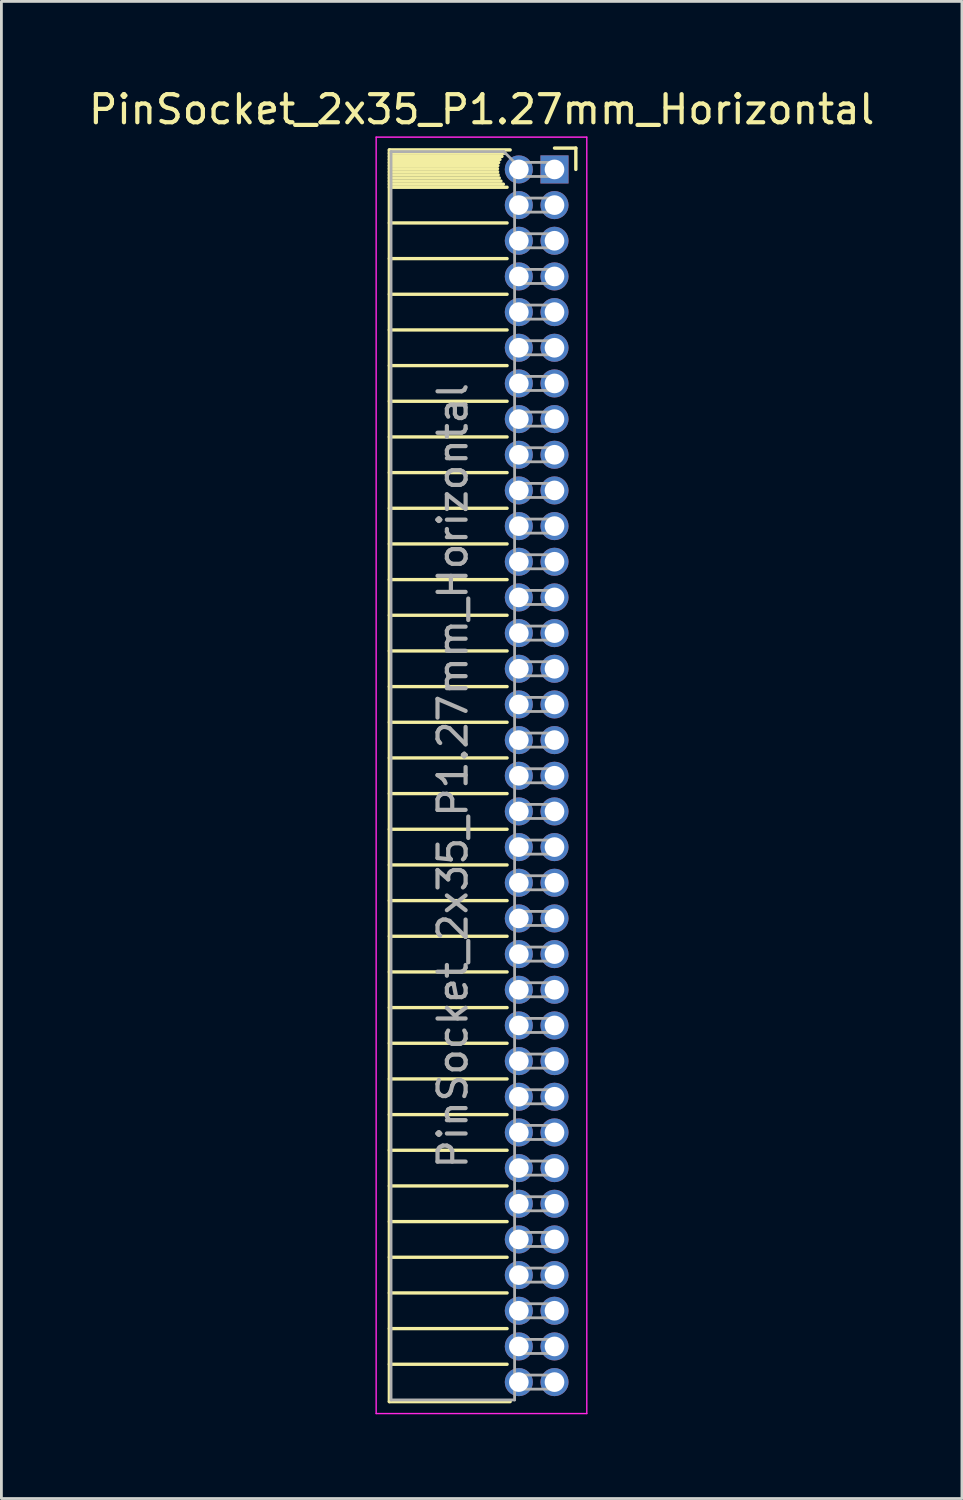
<source format=kicad_pcb>
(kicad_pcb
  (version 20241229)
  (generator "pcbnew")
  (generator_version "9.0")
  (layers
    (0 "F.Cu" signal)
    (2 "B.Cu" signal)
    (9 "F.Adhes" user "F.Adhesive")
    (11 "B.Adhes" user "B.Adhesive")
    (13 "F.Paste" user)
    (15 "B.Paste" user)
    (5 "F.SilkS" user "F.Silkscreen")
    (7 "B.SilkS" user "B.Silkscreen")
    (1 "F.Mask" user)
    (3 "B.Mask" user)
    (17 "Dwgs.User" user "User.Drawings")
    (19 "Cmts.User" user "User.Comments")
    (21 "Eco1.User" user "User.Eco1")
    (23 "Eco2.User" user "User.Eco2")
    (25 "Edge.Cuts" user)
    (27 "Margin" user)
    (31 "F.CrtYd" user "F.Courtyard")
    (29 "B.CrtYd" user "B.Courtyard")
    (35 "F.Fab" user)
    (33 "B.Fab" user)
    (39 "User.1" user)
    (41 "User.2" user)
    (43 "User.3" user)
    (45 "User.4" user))
  (footprint "PinSocket_2x35_P1.27mm_Horizontal"
    (layer "F.Cu")
    (at 16.694 2.983)
    (property "Reference" "PinSocket_2x35_P1.27mm_Horizontal" (at -2.592 -2.135 0) (layer "F.SilkS") (effects (font (size 1 1) (thickness 0.15))))
    (attr through_hole)
    (fp_line (start -5.88 -0.695) (end -5.88 43.875) (stroke (width 0.12) (type solid)) (layer "F.SilkS"))
    (fp_line (start -5.88 -0.695) (end -1.578 -0.695) (stroke (width 0.12) (type solid)) (layer "F.SilkS"))
    (fp_line (start -5.88 -0.575) (end -1.767 -0.575) (stroke (width 0.12) (type solid)) (layer "F.SilkS"))
    (fp_line (start -5.88 -0.465) (end -1.871 -0.465) (stroke (width 0.12) (type solid)) (layer "F.SilkS"))
    (fp_line (start -5.88 -0.355) (end -1.942 -0.355) (stroke (width 0.12) (type solid)) (layer "F.SilkS"))
    (fp_line (start -5.88 -0.245) (end -1.989 -0.245) (stroke (width 0.12) (type solid)) (layer "F.SilkS"))
    (fp_line (start -5.88 -0.135) (end -2.018 -0.135) (stroke (width 0.12) (type solid)) (layer "F.SilkS"))
    (fp_line (start -5.88 -0.025) (end -2.03 -0.025) (stroke (width 0.12) (type solid)) (layer "F.SilkS"))
    (fp_line (start -5.88 0.085) (end -2.025 0.085) (stroke (width 0.12) (type solid)) (layer "F.SilkS"))
    (fp_line (start -5.88 0.195) (end -2.005 0.195) (stroke (width 0.12) (type solid)) (layer "F.SilkS"))
    (fp_line (start -5.88 0.305) (end -1.966 0.305) (stroke (width 0.12) (type solid)) (layer "F.SilkS"))
    (fp_line (start -5.88 0.415) (end -1.907 0.415) (stroke (width 0.12) (type solid)) (layer "F.SilkS"))
    (fp_line (start -5.88 0.525) (end -1.82 0.525) (stroke (width 0.12) (type solid)) (layer "F.SilkS"))
    (fp_line (start -5.88 0.635) (end -1.688 0.635) (stroke (width 0.12) (type solid)) (layer "F.SilkS"))
    (fp_line (start -5.88 1.905) (end -1.688 1.905) (stroke (width 0.12) (type solid)) (layer "F.SilkS"))
    (fp_line (start -5.88 3.175) (end -1.688 3.175) (stroke (width 0.12) (type solid)) (layer "F.SilkS"))
    (fp_line (start -5.88 4.445) (end -1.688 4.445) (stroke (width 0.12) (type solid)) (layer "F.SilkS"))
    (fp_line (start -5.88 5.715) (end -1.688 5.715) (stroke (width 0.12) (type solid)) (layer "F.SilkS"))
    (fp_line (start -5.88 6.985) (end -1.688 6.985) (stroke (width 0.12) (type solid)) (layer "F.SilkS"))
    (fp_line (start -5.88 8.255) (end -1.688 8.255) (stroke (width 0.12) (type solid)) (layer "F.SilkS"))
    (fp_line (start -5.88 9.525) (end -1.688 9.525) (stroke (width 0.12) (type solid)) (layer "F.SilkS"))
    (fp_line (start -5.88 10.795) (end -1.688 10.795) (stroke (width 0.12) (type solid)) (layer "F.SilkS"))
    (fp_line (start -5.88 12.065) (end -1.688 12.065) (stroke (width 0.12) (type solid)) (layer "F.SilkS"))
    (fp_line (start -5.88 13.335) (end -1.688 13.335) (stroke (width 0.12) (type solid)) (layer "F.SilkS"))
    (fp_line (start -5.88 14.605) (end -1.688 14.605) (stroke (width 0.12) (type solid)) (layer "F.SilkS"))
    (fp_line (start -5.88 15.875) (end -1.688 15.875) (stroke (width 0.12) (type solid)) (layer "F.SilkS"))
    (fp_line (start -5.88 17.145) (end -1.688 17.145) (stroke (width 0.12) (type solid)) (layer "F.SilkS"))
    (fp_line (start -5.88 18.415) (end -1.688 18.415) (stroke (width 0.12) (type solid)) (layer "F.SilkS"))
    (fp_line (start -5.88 19.685) (end -1.688 19.685) (stroke (width 0.12) (type solid)) (layer "F.SilkS"))
    (fp_line (start -5.88 20.955) (end -1.688 20.955) (stroke (width 0.12) (type solid)) (layer "F.SilkS"))
    (fp_line (start -5.88 22.225) (end -1.688 22.225) (stroke (width 0.12) (type solid)) (layer "F.SilkS"))
    (fp_line (start -5.88 23.495) (end -1.688 23.495) (stroke (width 0.12) (type solid)) (layer "F.SilkS"))
    (fp_line (start -5.88 24.765) (end -1.688 24.765) (stroke (width 0.12) (type solid)) (layer "F.SilkS"))
    (fp_line (start -5.88 26.035) (end -1.688 26.035) (stroke (width 0.12) (type solid)) (layer "F.SilkS"))
    (fp_line (start -5.88 27.305) (end -1.688 27.305) (stroke (width 0.12) (type solid)) (layer "F.SilkS"))
    (fp_line (start -5.88 28.575) (end -1.688 28.575) (stroke (width 0.12) (type solid)) (layer "F.SilkS"))
    (fp_line (start -5.88 29.845) (end -1.688 29.845) (stroke (width 0.12) (type solid)) (layer "F.SilkS"))
    (fp_line (start -5.88 31.115) (end -1.688 31.115) (stroke (width 0.12) (type solid)) (layer "F.SilkS"))
    (fp_line (start -5.88 32.385) (end -1.688 32.385) (stroke (width 0.12) (type solid)) (layer "F.SilkS"))
    (fp_line (start -5.88 33.655) (end -1.688 33.655) (stroke (width 0.12) (type solid)) (layer "F.SilkS"))
    (fp_line (start -5.88 34.925) (end -1.688 34.925) (stroke (width 0.12) (type solid)) (layer "F.SilkS"))
    (fp_line (start -5.88 36.195) (end -1.688 36.195) (stroke (width 0.12) (type solid)) (layer "F.SilkS"))
    (fp_line (start -5.88 37.465) (end -1.688 37.465) (stroke (width 0.12) (type solid)) (layer "F.SilkS"))
    (fp_line (start -5.88 38.735) (end -1.688 38.735) (stroke (width 0.12) (type solid)) (layer "F.SilkS"))
    (fp_line (start -5.88 40.005) (end -1.688 40.005) (stroke (width 0.12) (type solid)) (layer "F.SilkS"))
    (fp_line (start -5.88 41.275) (end -1.688 41.275) (stroke (width 0.12) (type solid)) (layer "F.SilkS"))
    (fp_line (start -5.88 42.545) (end -1.688 42.545) (stroke (width 0.12) (type solid)) (layer "F.SilkS"))
    (fp_line (start -5.88 43.875) (end -1.578 43.875) (stroke (width 0.12) (type solid)) (layer "F.SilkS"))
    (fp_line (start 0 -0.76) (end 0.76 -0.76) (stroke (width 0.12) (type solid)) (layer "F.SilkS"))
    (fp_line (start 0.76 -0.76) (end 0.76 0) (stroke (width 0.12) (type solid)) (layer "F.SilkS"))
    (fp_line (start -6.35 -1.15) (end -6.35 44.3) (stroke (width 0.05) (type solid)) (layer "F.CrtYd"))
    (fp_line (start -6.35 44.3) (end 1.15 44.3) (stroke (width 0.05) (type solid)) (layer "F.CrtYd"))
    (fp_line (start 1.15 -1.15) (end -6.35 -1.15) (stroke (width 0.05) (type solid)) (layer "F.CrtYd"))
    (fp_line (start 1.15 44.3) (end 1.15 -1.15) (stroke (width 0.05) (type solid)) (layer "F.CrtYd"))
    (fp_line (start -5.82 -0.635) (end -1.805 -0.635) (stroke (width 0.1) (type solid)) (layer "F.Fab"))
    (fp_line (start -5.82 43.815) (end -5.82 -0.635) (stroke (width 0.1) (type solid)) (layer "F.Fab"))
    (fp_line (start -1.805 -0.635) (end -1.42 -0.25) (stroke (width 0.1) (type solid)) (layer "F.Fab"))
    (fp_line (start -1.42 -0.25) (end -1.42 43.815) (stroke (width 0.1) (type solid)) (layer "F.Fab"))
    (fp_line (start -1.42 0.25) (end 0 0.25) (stroke (width 0.1) (type solid)) (layer "F.Fab"))
    (fp_line (start -1.42 1.52) (end 0 1.52) (stroke (width 0.1) (type solid)) (layer "F.Fab"))
    (fp_line (start -1.42 2.79) (end 0 2.79) (stroke (width 0.1) (type solid)) (layer "F.Fab"))
    (fp_line (start -1.42 4.06) (end 0 4.06) (stroke (width 0.1) (type solid)) (layer "F.Fab"))
    (fp_line (start -1.42 5.33) (end 0 5.33) (stroke (width 0.1) (type solid)) (layer "F.Fab"))
    (fp_line (start -1.42 6.6) (end 0 6.6) (stroke (width 0.1) (type solid)) (layer "F.Fab"))
    (fp_line (start -1.42 7.87) (end 0 7.87) (stroke (width 0.1) (type solid)) (layer "F.Fab"))
    (fp_line (start -1.42 9.14) (end 0 9.14) (stroke (width 0.1) (type solid)) (layer "F.Fab"))
    (fp_line (start -1.42 10.41) (end 0 10.41) (stroke (width 0.1) (type solid)) (layer "F.Fab"))
    (fp_line (start -1.42 11.68) (end 0 11.68) (stroke (width 0.1) (type solid)) (layer "F.Fab"))
    (fp_line (start -1.42 12.95) (end 0 12.95) (stroke (width 0.1) (type solid)) (layer "F.Fab"))
    (fp_line (start -1.42 14.22) (end 0 14.22) (stroke (width 0.1) (type solid)) (layer "F.Fab"))
    (fp_line (start -1.42 15.49) (end 0 15.49) (stroke (width 0.1) (type solid)) (layer "F.Fab"))
    (fp_line (start -1.42 16.76) (end 0 16.76) (stroke (width 0.1) (type solid)) (layer "F.Fab"))
    (fp_line (start -1.42 18.03) (end 0 18.03) (stroke (width 0.1) (type solid)) (layer "F.Fab"))
    (fp_line (start -1.42 19.3) (end 0 19.3) (stroke (width 0.1) (type solid)) (layer "F.Fab"))
    (fp_line (start -1.42 20.57) (end 0 20.57) (stroke (width 0.1) (type solid)) (layer "F.Fab"))
    (fp_line (start -1.42 21.84) (end 0 21.84) (stroke (width 0.1) (type solid)) (layer "F.Fab"))
    (fp_line (start -1.42 23.11) (end 0 23.11) (stroke (width 0.1) (type solid)) (layer "F.Fab"))
    (fp_line (start -1.42 24.38) (end 0 24.38) (stroke (width 0.1) (type solid)) (layer "F.Fab"))
    (fp_line (start -1.42 25.65) (end 0 25.65) (stroke (width 0.1) (type solid)) (layer "F.Fab"))
    (fp_line (start -1.42 26.92) (end 0 26.92) (stroke (width 0.1) (type solid)) (layer "F.Fab"))
    (fp_line (start -1.42 28.19) (end 0 28.19) (stroke (width 0.1) (type solid)) (layer "F.Fab"))
    (fp_line (start -1.42 29.46) (end 0 29.46) (stroke (width 0.1) (type solid)) (layer "F.Fab"))
    (fp_line (start -1.42 30.73) (end 0 30.73) (stroke (width 0.1) (type solid)) (layer "F.Fab"))
    (fp_line (start -1.42 32) (end 0 32) (stroke (width 0.1) (type solid)) (layer "F.Fab"))
    (fp_line (start -1.42 33.27) (end 0 33.27) (stroke (width 0.1) (type solid)) (layer "F.Fab"))
    (fp_line (start -1.42 34.54) (end 0 34.54) (stroke (width 0.1) (type solid)) (layer "F.Fab"))
    (fp_line (start -1.42 35.81) (end 0 35.81) (stroke (width 0.1) (type solid)) (layer "F.Fab"))
    (fp_line (start -1.42 37.08) (end 0 37.08) (stroke (width 0.1) (type solid)) (layer "F.Fab"))
    (fp_line (start -1.42 38.35) (end 0 38.35) (stroke (width 0.1) (type solid)) (layer "F.Fab"))
    (fp_line (start -1.42 39.62) (end 0 39.62) (stroke (width 0.1) (type solid)) (layer "F.Fab"))
    (fp_line (start -1.42 40.89) (end 0 40.89) (stroke (width 0.1) (type solid)) (layer "F.Fab"))
    (fp_line (start -1.42 42.16) (end 0 42.16) (stroke (width 0.1) (type solid)) (layer "F.Fab"))
    (fp_line (start -1.42 43.43) (end 0 43.43) (stroke (width 0.1) (type solid)) (layer "F.Fab"))
    (fp_line (start -1.42 43.815) (end -5.82 43.815) (stroke (width 0.1) (type solid)) (layer "F.Fab"))
    (fp_line (start 0 -0.25) (end -1.42 -0.25) (stroke (width 0.1) (type solid)) (layer "F.Fab"))
    (fp_line (start 0 0.25) (end 0 -0.25) (stroke (width 0.1) (type solid)) (layer "F.Fab"))
    (fp_line (start 0 1.02) (end -1.42 1.02) (stroke (width 0.1) (type solid)) (layer "F.Fab"))
    (fp_line (start 0 1.52) (end 0 1.02) (stroke (width 0.1) (type solid)) (layer "F.Fab"))
    (fp_line (start 0 2.29) (end -1.42 2.29) (stroke (width 0.1) (type solid)) (layer "F.Fab"))
    (fp_line (start 0 2.79) (end 0 2.29) (stroke (width 0.1) (type solid)) (layer "F.Fab"))
    (fp_line (start 0 3.56) (end -1.42 3.56) (stroke (width 0.1) (type solid)) (layer "F.Fab"))
    (fp_line (start 0 4.06) (end 0 3.56) (stroke (width 0.1) (type solid)) (layer "F.Fab"))
    (fp_line (start 0 4.83) (end -1.42 4.83) (stroke (width 0.1) (type solid)) (layer "F.Fab"))
    (fp_line (start 0 5.33) (end 0 4.83) (stroke (width 0.1) (type solid)) (layer "F.Fab"))
    (fp_line (start 0 6.1) (end -1.42 6.1) (stroke (width 0.1) (type solid)) (layer "F.Fab"))
    (fp_line (start 0 6.6) (end 0 6.1) (stroke (width 0.1) (type solid)) (layer "F.Fab"))
    (fp_line (start 0 7.37) (end -1.42 7.37) (stroke (width 0.1) (type solid)) (layer "F.Fab"))
    (fp_line (start 0 7.87) (end 0 7.37) (stroke (width 0.1) (type solid)) (layer "F.Fab"))
    (fp_line (start 0 8.64) (end -1.42 8.64) (stroke (width 0.1) (type solid)) (layer "F.Fab"))
    (fp_line (start 0 9.14) (end 0 8.64) (stroke (width 0.1) (type solid)) (layer "F.Fab"))
    (fp_line (start 0 9.91) (end -1.42 9.91) (stroke (width 0.1) (type solid)) (layer "F.Fab"))
    (fp_line (start 0 10.41) (end 0 9.91) (stroke (width 0.1) (type solid)) (layer "F.Fab"))
    (fp_line (start 0 11.18) (end -1.42 11.18) (stroke (width 0.1) (type solid)) (layer "F.Fab"))
    (fp_line (start 0 11.68) (end 0 11.18) (stroke (width 0.1) (type solid)) (layer "F.Fab"))
    (fp_line (start 0 12.45) (end -1.42 12.45) (stroke (width 0.1) (type solid)) (layer "F.Fab"))
    (fp_line (start 0 12.95) (end 0 12.45) (stroke (width 0.1) (type solid)) (layer "F.Fab"))
    (fp_line (start 0 13.72) (end -1.42 13.72) (stroke (width 0.1) (type solid)) (layer "F.Fab"))
    (fp_line (start 0 14.22) (end 0 13.72) (stroke (width 0.1) (type solid)) (layer "F.Fab"))
    (fp_line (start 0 14.99) (end -1.42 14.99) (stroke (width 0.1) (type solid)) (layer "F.Fab"))
    (fp_line (start 0 15.49) (end 0 14.99) (stroke (width 0.1) (type solid)) (layer "F.Fab"))
    (fp_line (start 0 16.26) (end -1.42 16.26) (stroke (width 0.1) (type solid)) (layer "F.Fab"))
    (fp_line (start 0 16.76) (end 0 16.26) (stroke (width 0.1) (type solid)) (layer "F.Fab"))
    (fp_line (start 0 17.53) (end -1.42 17.53) (stroke (width 0.1) (type solid)) (layer "F.Fab"))
    (fp_line (start 0 18.03) (end 0 17.53) (stroke (width 0.1) (type solid)) (layer "F.Fab"))
    (fp_line (start 0 18.8) (end -1.42 18.8) (stroke (width 0.1) (type solid)) (layer "F.Fab"))
    (fp_line (start 0 19.3) (end 0 18.8) (stroke (width 0.1) (type solid)) (layer "F.Fab"))
    (fp_line (start 0 20.07) (end -1.42 20.07) (stroke (width 0.1) (type solid)) (layer "F.Fab"))
    (fp_line (start 0 20.57) (end 0 20.07) (stroke (width 0.1) (type solid)) (layer "F.Fab"))
    (fp_line (start 0 21.34) (end -1.42 21.34) (stroke (width 0.1) (type solid)) (layer "F.Fab"))
    (fp_line (start 0 21.84) (end 0 21.34) (stroke (width 0.1) (type solid)) (layer "F.Fab"))
    (fp_line (start 0 22.61) (end -1.42 22.61) (stroke (width 0.1) (type solid)) (layer "F.Fab"))
    (fp_line (start 0 23.11) (end 0 22.61) (stroke (width 0.1) (type solid)) (layer "F.Fab"))
    (fp_line (start 0 23.88) (end -1.42 23.88) (stroke (width 0.1) (type solid)) (layer "F.Fab"))
    (fp_line (start 0 24.38) (end 0 23.88) (stroke (width 0.1) (type solid)) (layer "F.Fab"))
    (fp_line (start 0 25.15) (end -1.42 25.15) (stroke (width 0.1) (type solid)) (layer "F.Fab"))
    (fp_line (start 0 25.65) (end 0 25.15) (stroke (width 0.1) (type solid)) (layer "F.Fab"))
    (fp_line (start 0 26.42) (end -1.42 26.42) (stroke (width 0.1) (type solid)) (layer "F.Fab"))
    (fp_line (start 0 26.92) (end 0 26.42) (stroke (width 0.1) (type solid)) (layer "F.Fab"))
    (fp_line (start 0 27.69) (end -1.42 27.69) (stroke (width 0.1) (type solid)) (layer "F.Fab"))
    (fp_line (start 0 28.19) (end 0 27.69) (stroke (width 0.1) (type solid)) (layer "F.Fab"))
    (fp_line (start 0 28.96) (end -1.42 28.96) (stroke (width 0.1) (type solid)) (layer "F.Fab"))
    (fp_line (start 0 29.46) (end 0 28.96) (stroke (width 0.1) (type solid)) (layer "F.Fab"))
    (fp_line (start 0 30.23) (end -1.42 30.23) (stroke (width 0.1) (type solid)) (layer "F.Fab"))
    (fp_line (start 0 30.73) (end 0 30.23) (stroke (width 0.1) (type solid)) (layer "F.Fab"))
    (fp_line (start 0 31.5) (end -1.42 31.5) (stroke (width 0.1) (type solid)) (layer "F.Fab"))
    (fp_line (start 0 32) (end 0 31.5) (stroke (width 0.1) (type solid)) (layer "F.Fab"))
    (fp_line (start 0 32.77) (end -1.42 32.77) (stroke (width 0.1) (type solid)) (layer "F.Fab"))
    (fp_line (start 0 33.27) (end 0 32.77) (stroke (width 0.1) (type solid)) (layer "F.Fab"))
    (fp_line (start 0 34.04) (end -1.42 34.04) (stroke (width 0.1) (type solid)) (layer "F.Fab"))
    (fp_line (start 0 34.54) (end 0 34.04) (stroke (width 0.1) (type solid)) (layer "F.Fab"))
    (fp_line (start 0 35.31) (end -1.42 35.31) (stroke (width 0.1) (type solid)) (layer "F.Fab"))
    (fp_line (start 0 35.81) (end 0 35.31) (stroke (width 0.1) (type solid)) (layer "F.Fab"))
    (fp_line (start 0 36.58) (end -1.42 36.58) (stroke (width 0.1) (type solid)) (layer "F.Fab"))
    (fp_line (start 0 37.08) (end 0 36.58) (stroke (width 0.1) (type solid)) (layer "F.Fab"))
    (fp_line (start 0 37.85) (end -1.42 37.85) (stroke (width 0.1) (type solid)) (layer "F.Fab"))
    (fp_line (start 0 38.35) (end 0 37.85) (stroke (width 0.1) (type solid)) (layer "F.Fab"))
    (fp_line (start 0 39.12) (end -1.42 39.12) (stroke (width 0.1) (type solid)) (layer "F.Fab"))
    (fp_line (start 0 39.62) (end 0 39.12) (stroke (width 0.1) (type solid)) (layer "F.Fab"))
    (fp_line (start 0 40.39) (end -1.42 40.39) (stroke (width 0.1) (type solid)) (layer "F.Fab"))
    (fp_line (start 0 40.89) (end 0 40.39) (stroke (width 0.1) (type solid)) (layer "F.Fab"))
    (fp_line (start 0 41.66) (end -1.42 41.66) (stroke (width 0.1) (type solid)) (layer "F.Fab"))
    (fp_line (start 0 42.16) (end 0 41.66) (stroke (width 0.1) (type solid)) (layer "F.Fab"))
    (fp_line (start 0 42.93) (end -1.42 42.93) (stroke (width 0.1) (type solid)) (layer "F.Fab"))
    (fp_line (start 0 43.43) (end 0 42.93) (stroke (width 0.1) (type solid)) (layer "F.Fab"))
    (fp_text user "${REFERENCE}" (at -3.62 21.59 90) (layer "F.Fab") (effects (font (size 1 1) (thickness 0.15))))
    (pad "1" thru_hole rect (at 0 0) (size 1 1) (drill 0.7) (layers "*.Cu" "*.Mask"))
    (pad "2" thru_hole oval (at -1.27 0) (size 1 1) (drill 0.7) (layers "*.Cu" "*.Mask"))
    (pad "3" thru_hole oval (at 0 1.27) (size 1 1) (drill 0.7) (layers "*.Cu" "*.Mask"))
    (pad "4" thru_hole oval (at -1.27 1.27) (size 1 1) (drill 0.7) (layers "*.Cu" "*.Mask"))
    (pad "5" thru_hole oval (at 0 2.54) (size 1 1) (drill 0.7) (layers "*.Cu" "*.Mask"))
    (pad "6" thru_hole oval (at -1.27 2.54) (size 1 1) (drill 0.7) (layers "*.Cu" "*.Mask"))
    (pad "7" thru_hole oval (at 0 3.81) (size 1 1) (drill 0.7) (layers "*.Cu" "*.Mask"))
    (pad "8" thru_hole oval (at -1.27 3.81) (size 1 1) (drill 0.7) (layers "*.Cu" "*.Mask"))
    (pad "9" thru_hole oval (at 0 5.08) (size 1 1) (drill 0.7) (layers "*.Cu" "*.Mask"))
    (pad "10" thru_hole oval (at -1.27 5.08) (size 1 1) (drill 0.7) (layers "*.Cu" "*.Mask"))
    (pad "11" thru_hole oval (at 0 6.35) (size 1 1) (drill 0.7) (layers "*.Cu" "*.Mask"))
    (pad "12" thru_hole oval (at -1.27 6.35) (size 1 1) (drill 0.7) (layers "*.Cu" "*.Mask"))
    (pad "13" thru_hole oval (at 0 7.62) (size 1 1) (drill 0.7) (layers "*.Cu" "*.Mask"))
    (pad "14" thru_hole oval (at -1.27 7.62) (size 1 1) (drill 0.7) (layers "*.Cu" "*.Mask"))
    (pad "15" thru_hole oval (at 0 8.89) (size 1 1) (drill 0.7) (layers "*.Cu" "*.Mask"))
    (pad "16" thru_hole oval (at -1.27 8.89) (size 1 1) (drill 0.7) (layers "*.Cu" "*.Mask"))
    (pad "17" thru_hole oval (at 0 10.16) (size 1 1) (drill 0.7) (layers "*.Cu" "*.Mask"))
    (pad "18" thru_hole oval (at -1.27 10.16) (size 1 1) (drill 0.7) (layers "*.Cu" "*.Mask"))
    (pad "19" thru_hole oval (at 0 11.43) (size 1 1) (drill 0.7) (layers "*.Cu" "*.Mask"))
    (pad "20" thru_hole oval (at -1.27 11.43) (size 1 1) (drill 0.7) (layers "*.Cu" "*.Mask"))
    (pad "21" thru_hole oval (at 0 12.7) (size 1 1) (drill 0.7) (layers "*.Cu" "*.Mask"))
    (pad "22" thru_hole oval (at -1.27 12.7) (size 1 1) (drill 0.7) (layers "*.Cu" "*.Mask"))
    (pad "23" thru_hole oval (at 0 13.97) (size 1 1) (drill 0.7) (layers "*.Cu" "*.Mask"))
    (pad "24" thru_hole oval (at -1.27 13.97) (size 1 1) (drill 0.7) (layers "*.Cu" "*.Mask"))
    (pad "25" thru_hole oval (at 0 15.24) (size 1 1) (drill 0.7) (layers "*.Cu" "*.Mask"))
    (pad "26" thru_hole oval (at -1.27 15.24) (size 1 1) (drill 0.7) (layers "*.Cu" "*.Mask"))
    (pad "27" thru_hole oval (at 0 16.51) (size 1 1) (drill 0.7) (layers "*.Cu" "*.Mask"))
    (pad "28" thru_hole oval (at -1.27 16.51) (size 1 1) (drill 0.7) (layers "*.Cu" "*.Mask"))
    (pad "29" thru_hole oval (at 0 17.78) (size 1 1) (drill 0.7) (layers "*.Cu" "*.Mask"))
    (pad "30" thru_hole oval (at -1.27 17.78) (size 1 1) (drill 0.7) (layers "*.Cu" "*.Mask"))
    (pad "31" thru_hole oval (at 0 19.05) (size 1 1) (drill 0.7) (layers "*.Cu" "*.Mask"))
    (pad "32" thru_hole oval (at -1.27 19.05) (size 1 1) (drill 0.7) (layers "*.Cu" "*.Mask"))
    (pad "33" thru_hole oval (at 0 20.32) (size 1 1) (drill 0.7) (layers "*.Cu" "*.Mask"))
    (pad "34" thru_hole oval (at -1.27 20.32) (size 1 1) (drill 0.7) (layers "*.Cu" "*.Mask"))
    (pad "35" thru_hole oval (at 0 21.59) (size 1 1) (drill 0.7) (layers "*.Cu" "*.Mask"))
    (pad "36" thru_hole oval (at -1.27 21.59) (size 1 1) (drill 0.7) (layers "*.Cu" "*.Mask"))
    (pad "37" thru_hole oval (at 0 22.86) (size 1 1) (drill 0.7) (layers "*.Cu" "*.Mask"))
    (pad "38" thru_hole oval (at -1.27 22.86) (size 1 1) (drill 0.7) (layers "*.Cu" "*.Mask"))
    (pad "39" thru_hole oval (at 0 24.13) (size 1 1) (drill 0.7) (layers "*.Cu" "*.Mask"))
    (pad "40" thru_hole oval (at -1.27 24.13) (size 1 1) (drill 0.7) (layers "*.Cu" "*.Mask"))
    (pad "41" thru_hole oval (at 0 25.4) (size 1 1) (drill 0.7) (layers "*.Cu" "*.Mask"))
    (pad "42" thru_hole oval (at -1.27 25.4) (size 1 1) (drill 0.7) (layers "*.Cu" "*.Mask"))
    (pad "43" thru_hole oval (at 0 26.67) (size 1 1) (drill 0.7) (layers "*.Cu" "*.Mask"))
    (pad "44" thru_hole oval (at -1.27 26.67) (size 1 1) (drill 0.7) (layers "*.Cu" "*.Mask"))
    (pad "45" thru_hole oval (at 0 27.94) (size 1 1) (drill 0.7) (layers "*.Cu" "*.Mask"))
    (pad "46" thru_hole oval (at -1.27 27.94) (size 1 1) (drill 0.7) (layers "*.Cu" "*.Mask"))
    (pad "47" thru_hole oval (at 0 29.21) (size 1 1) (drill 0.7) (layers "*.Cu" "*.Mask"))
    (pad "48" thru_hole oval (at -1.27 29.21) (size 1 1) (drill 0.7) (layers "*.Cu" "*.Mask"))
    (pad "49" thru_hole oval (at 0 30.48) (size 1 1) (drill 0.7) (layers "*.Cu" "*.Mask"))
    (pad "50" thru_hole oval (at -1.27 30.48) (size 1 1) (drill 0.7) (layers "*.Cu" "*.Mask"))
    (pad "51" thru_hole oval (at 0 31.75) (size 1 1) (drill 0.7) (layers "*.Cu" "*.Mask"))
    (pad "52" thru_hole oval (at -1.27 31.75) (size 1 1) (drill 0.7) (layers "*.Cu" "*.Mask"))
    (pad "53" thru_hole oval (at 0 33.02) (size 1 1) (drill 0.7) (layers "*.Cu" "*.Mask"))
    (pad "54" thru_hole oval (at -1.27 33.02) (size 1 1) (drill 0.7) (layers "*.Cu" "*.Mask"))
    (pad "55" thru_hole oval (at 0 34.29) (size 1 1) (drill 0.7) (layers "*.Cu" "*.Mask"))
    (pad "56" thru_hole oval (at -1.27 34.29) (size 1 1) (drill 0.7) (layers "*.Cu" "*.Mask"))
    (pad "57" thru_hole oval (at 0 35.56) (size 1 1) (drill 0.7) (layers "*.Cu" "*.Mask"))
    (pad "58" thru_hole oval (at -1.27 35.56) (size 1 1) (drill 0.7) (layers "*.Cu" "*.Mask"))
    (pad "59" thru_hole oval (at 0 36.83) (size 1 1) (drill 0.7) (layers "*.Cu" "*.Mask"))
    (pad "60" thru_hole oval (at -1.27 36.83) (size 1 1) (drill 0.7) (layers "*.Cu" "*.Mask"))
    (pad "61" thru_hole oval (at 0 38.1) (size 1 1) (drill 0.7) (layers "*.Cu" "*.Mask"))
    (pad "62" thru_hole oval (at -1.27 38.1) (size 1 1) (drill 0.7) (layers "*.Cu" "*.Mask"))
    (pad "63" thru_hole oval (at 0 39.37) (size 1 1) (drill 0.7) (layers "*.Cu" "*.Mask"))
    (pad "64" thru_hole oval (at -1.27 39.37) (size 1 1) (drill 0.7) (layers "*.Cu" "*.Mask"))
    (pad "65" thru_hole oval (at 0 40.64) (size 1 1) (drill 0.7) (layers "*.Cu" "*.Mask"))
    (pad "66" thru_hole oval (at -1.27 40.64) (size 1 1) (drill 0.7) (layers "*.Cu" "*.Mask"))
    (pad "67" thru_hole oval (at 0 41.91) (size 1 1) (drill 0.7) (layers "*.Cu" "*.Mask"))
    (pad "68" thru_hole oval (at -1.27 41.91) (size 1 1) (drill 0.7) (layers "*.Cu" "*.Mask"))
    (pad "69" thru_hole oval (at 0 43.18) (size 1 1) (drill 0.7) (layers "*.Cu" "*.Mask"))
    (pad "70" thru_hole oval (at -1.27 43.18) (size 1 1) (drill 0.7) (layers "*.Cu" "*.Mask")))
  (gr_rect
    (start -3 -3)
    (end 31.202 50.308)
    (stroke (width 0.1) (type default))
    (fill no)
    (layer "Edge.Cuts")))
</source>
